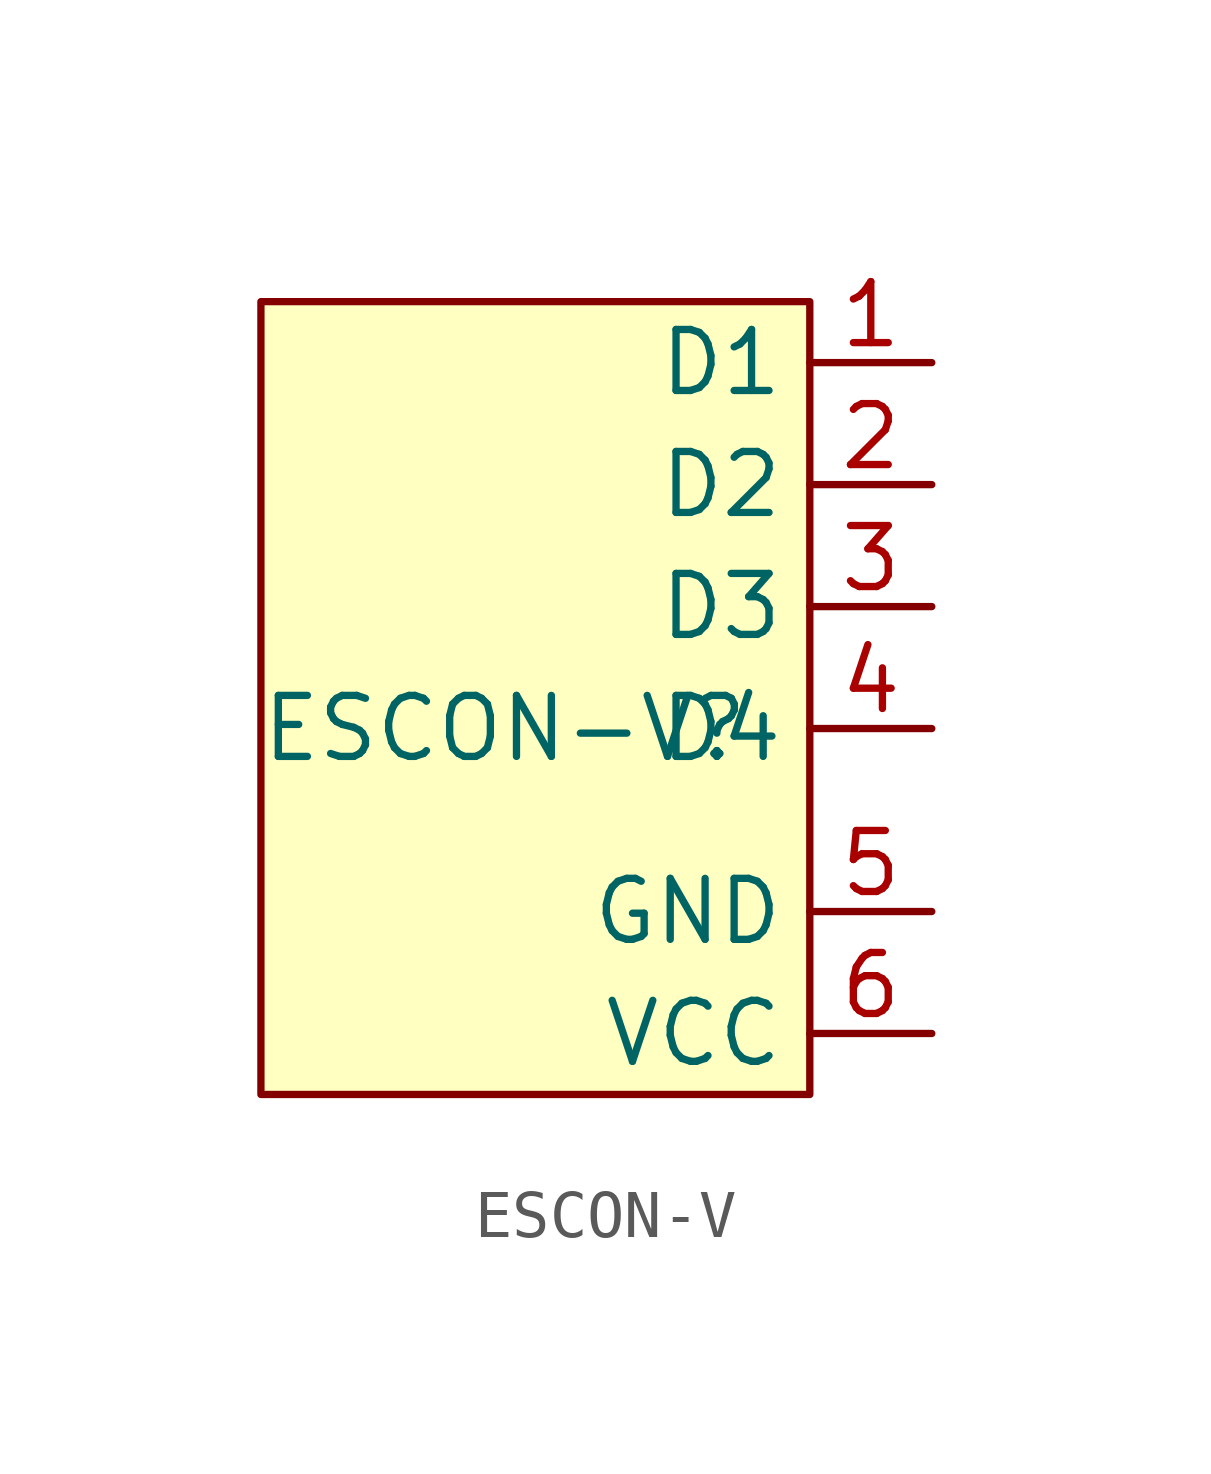
<source format=kicad_sym>
(kicad_symbol_lib
  (version 20231120)
  (generator "kicad_symbol_editor")
  (generator_version "8.0")
  (symbol "ESCON-V"
    (property "Reference" "ESCON-V"
      (at 0 0 0)
      (effects (font (size 1.27 1.27))))
    (property "Value" ""
      (at 5.08 3.81 0)
      (effects (font (size 1.27 1.27))))
    (symbol "ESCON-V_1_1"
      (rectangle (start -5.08 8.89) (end 6.35 -7.62) (stroke (width 0) (type default)) (fill (type background)))
      (pin input line (at 8.89 7.62 180) (length 2.54) (name "D1" (effects (font (size 1.27 1.27)))) (number "1" (effects (font (size 1.27 1.27)))))
      (pin input line (at 8.89 5.08 180) (length 2.54) (name "D2" (effects (font (size 1.27 1.27)))) (number "2" (effects (font (size 1.27 1.27)))))
      (pin input line (at 8.89 2.54 180) (length 2.54) (name "D3" (effects (font (size 1.27 1.27)))) (number "3" (effects (font (size 1.27 1.27)))))
      (pin input line (at 8.89 0 180) (length 2.54) (name "D4" (effects (font (size 1.27 1.27)))) (number "4" (effects (font (size 1.27 1.27)))))
      (pin power_in line (at 8.89 -3.81 180) (length 2.54) (name "GND" (effects (font (size 1.27 1.27)))) (number "5" (effects (font (size 1.27 1.27)))))
      (pin power_in line (at 8.89 -6.35 180) (length 2.54) (name "VCC" (effects (font (size 1.27 1.27)))) (number "6" (effects (font (size 1.27 1.27))))))))
</source>
